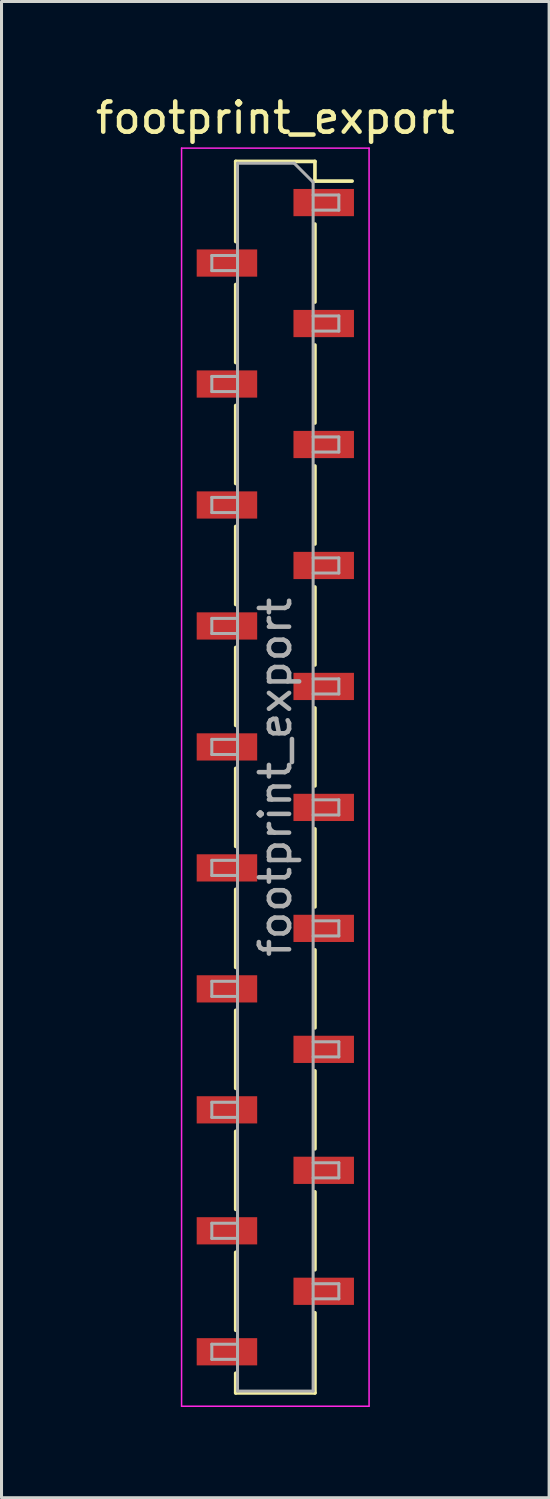
<source format=kicad_pcb>
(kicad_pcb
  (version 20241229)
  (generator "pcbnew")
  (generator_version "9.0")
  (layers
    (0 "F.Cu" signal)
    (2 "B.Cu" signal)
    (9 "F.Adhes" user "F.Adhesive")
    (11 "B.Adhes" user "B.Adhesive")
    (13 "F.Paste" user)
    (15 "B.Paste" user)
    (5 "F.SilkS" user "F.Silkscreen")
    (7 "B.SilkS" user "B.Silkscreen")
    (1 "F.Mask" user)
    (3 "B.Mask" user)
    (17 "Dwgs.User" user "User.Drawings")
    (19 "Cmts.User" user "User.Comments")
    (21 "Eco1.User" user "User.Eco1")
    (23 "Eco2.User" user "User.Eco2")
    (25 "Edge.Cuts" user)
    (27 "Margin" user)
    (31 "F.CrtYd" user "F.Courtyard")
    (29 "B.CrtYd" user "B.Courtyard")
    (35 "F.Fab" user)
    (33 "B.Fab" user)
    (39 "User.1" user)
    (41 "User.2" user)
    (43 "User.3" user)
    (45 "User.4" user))
  (footprint "footprint_export"
    (layer "F.Cu")
    (at 6.054 22.648)
    (property "Reference" "footprint_export" (at 0 -21.8 0) (layer "F.SilkS") (effects (font (size 1 1) (thickness 0.15))))
    (attr smd)
    (fp_line (start -1.31 -20.36) (end -1.31 -17.71) (stroke (width 0.12) (type solid)) (layer "F.SilkS"))
    (fp_line (start -1.31 -20.36) (end 1.31 -20.36) (stroke (width 0.12) (type solid)) (layer "F.SilkS"))
    (fp_line (start -1.31 -16.29) (end -1.31 -13.71) (stroke (width 0.12) (type solid)) (layer "F.SilkS"))
    (fp_line (start -1.31 -12.29) (end -1.31 -9.71) (stroke (width 0.12) (type solid)) (layer "F.SilkS"))
    (fp_line (start -1.31 -8.29) (end -1.31 -5.71) (stroke (width 0.12) (type solid)) (layer "F.SilkS"))
    (fp_line (start -1.31 -4.29) (end -1.31 -1.71) (stroke (width 0.12) (type solid)) (layer "F.SilkS"))
    (fp_line (start -1.31 -0.29) (end -1.31 2.29) (stroke (width 0.12) (type solid)) (layer "F.SilkS"))
    (fp_line (start -1.31 3.71) (end -1.31 6.29) (stroke (width 0.12) (type solid)) (layer "F.SilkS"))
    (fp_line (start -1.31 7.71) (end -1.31 10.29) (stroke (width 0.12) (type solid)) (layer "F.SilkS"))
    (fp_line (start -1.31 11.71) (end -1.31 14.29) (stroke (width 0.12) (type solid)) (layer "F.SilkS"))
    (fp_line (start -1.31 15.71) (end -1.31 18.29) (stroke (width 0.12) (type solid)) (layer "F.SilkS"))
    (fp_line (start -1.31 19.71) (end -1.31 20.36) (stroke (width 0.12) (type solid)) (layer "F.SilkS"))
    (fp_line (start -1.31 20.36) (end 1.31 20.36) (stroke (width 0.12) (type solid)) (layer "F.SilkS"))
    (fp_line (start 1.31 -20.36) (end 1.31 -19.71) (stroke (width 0.12) (type solid)) (layer "F.SilkS"))
    (fp_line (start 1.31 -19.71) (end 2.54 -19.71) (stroke (width 0.12) (type solid)) (layer "F.SilkS"))
    (fp_line (start 1.31 -18.29) (end 1.31 -15.71) (stroke (width 0.12) (type solid)) (layer "F.SilkS"))
    (fp_line (start 1.31 -14.29) (end 1.31 -11.71) (stroke (width 0.12) (type solid)) (layer "F.SilkS"))
    (fp_line (start 1.31 -10.29) (end 1.31 -7.71) (stroke (width 0.12) (type solid)) (layer "F.SilkS"))
    (fp_line (start 1.31 -6.29) (end 1.31 -3.71) (stroke (width 0.12) (type solid)) (layer "F.SilkS"))
    (fp_line (start 1.31 -2.29) (end 1.31 0.29) (stroke (width 0.12) (type solid)) (layer "F.SilkS"))
    (fp_line (start 1.31 1.71) (end 1.31 4.29) (stroke (width 0.12) (type solid)) (layer "F.SilkS"))
    (fp_line (start 1.31 5.71) (end 1.31 8.29) (stroke (width 0.12) (type solid)) (layer "F.SilkS"))
    (fp_line (start 1.31 9.71) (end 1.31 12.29) (stroke (width 0.12) (type solid)) (layer "F.SilkS"))
    (fp_line (start 1.31 13.71) (end 1.31 16.29) (stroke (width 0.12) (type solid)) (layer "F.SilkS"))
    (fp_line (start 1.31 17.71) (end 1.31 20.36) (stroke (width 0.12) (type solid)) (layer "F.SilkS"))
    (fp_line (start -3.1 -20.8) (end 3.1 -20.8) (stroke (width 0.05) (type solid)) (layer "F.CrtYd"))
    (fp_line (start -3.1 20.8) (end -3.1 -20.8) (stroke (width 0.05) (type solid)) (layer "F.CrtYd"))
    (fp_line (start 3.1 -20.8) (end 3.1 20.8) (stroke (width 0.05) (type solid)) (layer "F.CrtYd"))
    (fp_line (start 3.1 20.8) (end -3.1 20.8) (stroke (width 0.05) (type solid)) (layer "F.CrtYd"))
    (fp_line (start -2.1 -17.25) (end -1.25 -17.25) (stroke (width 0.1) (type solid)) (layer "F.Fab"))
    (fp_line (start -2.1 -16.75) (end -2.1 -17.25) (stroke (width 0.1) (type solid)) (layer "F.Fab"))
    (fp_line (start -2.1 -13.25) (end -1.25 -13.25) (stroke (width 0.1) (type solid)) (layer "F.Fab"))
    (fp_line (start -2.1 -12.75) (end -2.1 -13.25) (stroke (width 0.1) (type solid)) (layer "F.Fab"))
    (fp_line (start -2.1 -9.25) (end -1.25 -9.25) (stroke (width 0.1) (type solid)) (layer "F.Fab"))
    (fp_line (start -2.1 -8.75) (end -2.1 -9.25) (stroke (width 0.1) (type solid)) (layer "F.Fab"))
    (fp_line (start -2.1 -5.25) (end -1.25 -5.25) (stroke (width 0.1) (type solid)) (layer "F.Fab"))
    (fp_line (start -2.1 -4.75) (end -2.1 -5.25) (stroke (width 0.1) (type solid)) (layer "F.Fab"))
    (fp_line (start -2.1 -1.25) (end -1.25 -1.25) (stroke (width 0.1) (type solid)) (layer "F.Fab"))
    (fp_line (start -2.1 -0.75) (end -2.1 -1.25) (stroke (width 0.1) (type solid)) (layer "F.Fab"))
    (fp_line (start -2.1 2.75) (end -1.25 2.75) (stroke (width 0.1) (type solid)) (layer "F.Fab"))
    (fp_line (start -2.1 3.25) (end -2.1 2.75) (stroke (width 0.1) (type solid)) (layer "F.Fab"))
    (fp_line (start -2.1 6.75) (end -1.25 6.75) (stroke (width 0.1) (type solid)) (layer "F.Fab"))
    (fp_line (start -2.1 7.25) (end -2.1 6.75) (stroke (width 0.1) (type solid)) (layer "F.Fab"))
    (fp_line (start -2.1 10.75) (end -1.25 10.75) (stroke (width 0.1) (type solid)) (layer "F.Fab"))
    (fp_line (start -2.1 11.25) (end -2.1 10.75) (stroke (width 0.1) (type solid)) (layer "F.Fab"))
    (fp_line (start -2.1 14.75) (end -1.25 14.75) (stroke (width 0.1) (type solid)) (layer "F.Fab"))
    (fp_line (start -2.1 15.25) (end -2.1 14.75) (stroke (width 0.1) (type solid)) (layer "F.Fab"))
    (fp_line (start -2.1 18.75) (end -1.25 18.75) (stroke (width 0.1) (type solid)) (layer "F.Fab"))
    (fp_line (start -2.1 19.25) (end -2.1 18.75) (stroke (width 0.1) (type solid)) (layer "F.Fab"))
    (fp_line (start -1.25 -20.3) (end 0.625 -20.3) (stroke (width 0.1) (type solid)) (layer "F.Fab"))
    (fp_line (start -1.25 -16.75) (end -2.1 -16.75) (stroke (width 0.1) (type solid)) (layer "F.Fab"))
    (fp_line (start -1.25 -12.75) (end -2.1 -12.75) (stroke (width 0.1) (type solid)) (layer "F.Fab"))
    (fp_line (start -1.25 -8.75) (end -2.1 -8.75) (stroke (width 0.1) (type solid)) (layer "F.Fab"))
    (fp_line (start -1.25 -4.75) (end -2.1 -4.75) (stroke (width 0.1) (type solid)) (layer "F.Fab"))
    (fp_line (start -1.25 -0.75) (end -2.1 -0.75) (stroke (width 0.1) (type solid)) (layer "F.Fab"))
    (fp_line (start -1.25 3.25) (end -2.1 3.25) (stroke (width 0.1) (type solid)) (layer "F.Fab"))
    (fp_line (start -1.25 7.25) (end -2.1 7.25) (stroke (width 0.1) (type solid)) (layer "F.Fab"))
    (fp_line (start -1.25 11.25) (end -2.1 11.25) (stroke (width 0.1) (type solid)) (layer "F.Fab"))
    (fp_line (start -1.25 15.25) (end -2.1 15.25) (stroke (width 0.1) (type solid)) (layer "F.Fab"))
    (fp_line (start -1.25 19.25) (end -2.1 19.25) (stroke (width 0.1) (type solid)) (layer "F.Fab"))
    (fp_line (start -1.25 20.3) (end -1.25 -20.3) (stroke (width 0.1) (type solid)) (layer "F.Fab"))
    (fp_line (start 0.625 -20.3) (end 1.25 -19.675) (stroke (width 0.1) (type solid)) (layer "F.Fab"))
    (fp_line (start 1.25 -19.675) (end 1.25 20.3) (stroke (width 0.1) (type solid)) (layer "F.Fab"))
    (fp_line (start 1.25 -19.25) (end 2.1 -19.25) (stroke (width 0.1) (type solid)) (layer "F.Fab"))
    (fp_line (start 1.25 -15.25) (end 2.1 -15.25) (stroke (width 0.1) (type solid)) (layer "F.Fab"))
    (fp_line (start 1.25 -11.25) (end 2.1 -11.25) (stroke (width 0.1) (type solid)) (layer "F.Fab"))
    (fp_line (start 1.25 -7.25) (end 2.1 -7.25) (stroke (width 0.1) (type solid)) (layer "F.Fab"))
    (fp_line (start 1.25 -3.25) (end 2.1 -3.25) (stroke (width 0.1) (type solid)) (layer "F.Fab"))
    (fp_line (start 1.25 0.75) (end 2.1 0.75) (stroke (width 0.1) (type solid)) (layer "F.Fab"))
    (fp_line (start 1.25 4.75) (end 2.1 4.75) (stroke (width 0.1) (type solid)) (layer "F.Fab"))
    (fp_line (start 1.25 8.75) (end 2.1 8.75) (stroke (width 0.1) (type solid)) (layer "F.Fab"))
    (fp_line (start 1.25 12.75) (end 2.1 12.75) (stroke (width 0.1) (type solid)) (layer "F.Fab"))
    (fp_line (start 1.25 16.75) (end 2.1 16.75) (stroke (width 0.1) (type solid)) (layer "F.Fab"))
    (fp_line (start 1.25 20.3) (end -1.25 20.3) (stroke (width 0.1) (type solid)) (layer "F.Fab"))
    (fp_line (start 2.1 -19.25) (end 2.1 -18.75) (stroke (width 0.1) (type solid)) (layer "F.Fab"))
    (fp_line (start 2.1 -18.75) (end 1.25 -18.75) (stroke (width 0.1) (type solid)) (layer "F.Fab"))
    (fp_line (start 2.1 -15.25) (end 2.1 -14.75) (stroke (width 0.1) (type solid)) (layer "F.Fab"))
    (fp_line (start 2.1 -14.75) (end 1.25 -14.75) (stroke (width 0.1) (type solid)) (layer "F.Fab"))
    (fp_line (start 2.1 -11.25) (end 2.1 -10.75) (stroke (width 0.1) (type solid)) (layer "F.Fab"))
    (fp_line (start 2.1 -10.75) (end 1.25 -10.75) (stroke (width 0.1) (type solid)) (layer "F.Fab"))
    (fp_line (start 2.1 -7.25) (end 2.1 -6.75) (stroke (width 0.1) (type solid)) (layer "F.Fab"))
    (fp_line (start 2.1 -6.75) (end 1.25 -6.75) (stroke (width 0.1) (type solid)) (layer "F.Fab"))
    (fp_line (start 2.1 -3.25) (end 2.1 -2.75) (stroke (width 0.1) (type solid)) (layer "F.Fab"))
    (fp_line (start 2.1 -2.75) (end 1.25 -2.75) (stroke (width 0.1) (type solid)) (layer "F.Fab"))
    (fp_line (start 2.1 0.75) (end 2.1 1.25) (stroke (width 0.1) (type solid)) (layer "F.Fab"))
    (fp_line (start 2.1 1.25) (end 1.25 1.25) (stroke (width 0.1) (type solid)) (layer "F.Fab"))
    (fp_line (start 2.1 4.75) (end 2.1 5.25) (stroke (width 0.1) (type solid)) (layer "F.Fab"))
    (fp_line (start 2.1 5.25) (end 1.25 5.25) (stroke (width 0.1) (type solid)) (layer "F.Fab"))
    (fp_line (start 2.1 8.75) (end 2.1 9.25) (stroke (width 0.1) (type solid)) (layer "F.Fab"))
    (fp_line (start 2.1 9.25) (end 1.25 9.25) (stroke (width 0.1) (type solid)) (layer "F.Fab"))
    (fp_line (start 2.1 12.75) (end 2.1 13.25) (stroke (width 0.1) (type solid)) (layer "F.Fab"))
    (fp_line (start 2.1 13.25) (end 1.25 13.25) (stroke (width 0.1) (type solid)) (layer "F.Fab"))
    (fp_line (start 2.1 16.75) (end 2.1 17.25) (stroke (width 0.1) (type solid)) (layer "F.Fab"))
    (fp_line (start 2.1 17.25) (end 1.25 17.25) (stroke (width 0.1) (type solid)) (layer "F.Fab"))
    (fp_text user "${REFERENCE}" (at 0 0 90) (layer "F.Fab") (effects (font (size 1 1) (thickness 0.15))))
    (pad "1" smd rect (at 1.6 -19) (size 2 0.9) (layers "F.Cu" "F.Mask" "F.Paste"))
    (pad "2" smd rect (at -1.6 -17) (size 2 0.9) (layers "F.Cu" "F.Mask" "F.Paste"))
    (pad "3" smd rect (at 1.6 -15) (size 2 0.9) (layers "F.Cu" "F.Mask" "F.Paste"))
    (pad "4" smd rect (at -1.6 -13) (size 2 0.9) (layers "F.Cu" "F.Mask" "F.Paste"))
    (pad "5" smd rect (at 1.6 -11) (size 2 0.9) (layers "F.Cu" "F.Mask" "F.Paste"))
    (pad "6" smd rect (at -1.6 -9) (size 2 0.9) (layers "F.Cu" "F.Mask" "F.Paste"))
    (pad "7" smd rect (at 1.6 -7) (size 2 0.9) (layers "F.Cu" "F.Mask" "F.Paste"))
    (pad "8" smd rect (at -1.6 -5) (size 2 0.9) (layers "F.Cu" "F.Mask" "F.Paste"))
    (pad "9" smd rect (at 1.6 -3) (size 2 0.9) (layers "F.Cu" "F.Mask" "F.Paste"))
    (pad "10" smd rect (at -1.6 -1) (size 2 0.9) (layers "F.Cu" "F.Mask" "F.Paste"))
    (pad "11" smd rect (at 1.6 1) (size 2 0.9) (layers "F.Cu" "F.Mask" "F.Paste"))
    (pad "12" smd rect (at -1.6 3) (size 2 0.9) (layers "F.Cu" "F.Mask" "F.Paste"))
    (pad "13" smd rect (at 1.6 5) (size 2 0.9) (layers "F.Cu" "F.Mask" "F.Paste"))
    (pad "14" smd rect (at -1.6 7) (size 2 0.9) (layers "F.Cu" "F.Mask" "F.Paste"))
    (pad "15" smd rect (at 1.6 9) (size 2 0.9) (layers "F.Cu" "F.Mask" "F.Paste"))
    (pad "16" smd rect (at -1.6 11) (size 2 0.9) (layers "F.Cu" "F.Mask" "F.Paste"))
    (pad "17" smd rect (at 1.6 13) (size 2 0.9) (layers "F.Cu" "F.Mask" "F.Paste"))
    (pad "18" smd rect (at -1.6 15) (size 2 0.9) (layers "F.Cu" "F.Mask" "F.Paste"))
    (pad "19" smd rect (at 1.6 17) (size 2 0.9) (layers "F.Cu" "F.Mask" "F.Paste"))
    (pad "20" smd rect (at -1.6 19) (size 2 0.9) (layers "F.Cu" "F.Mask" "F.Paste")))
  (gr_rect
    (start -3 -3)
    (end 15.107 46.473)
    (stroke (width 0.1) (type default))
    (fill no)
    (layer "Edge.Cuts")))
</source>
